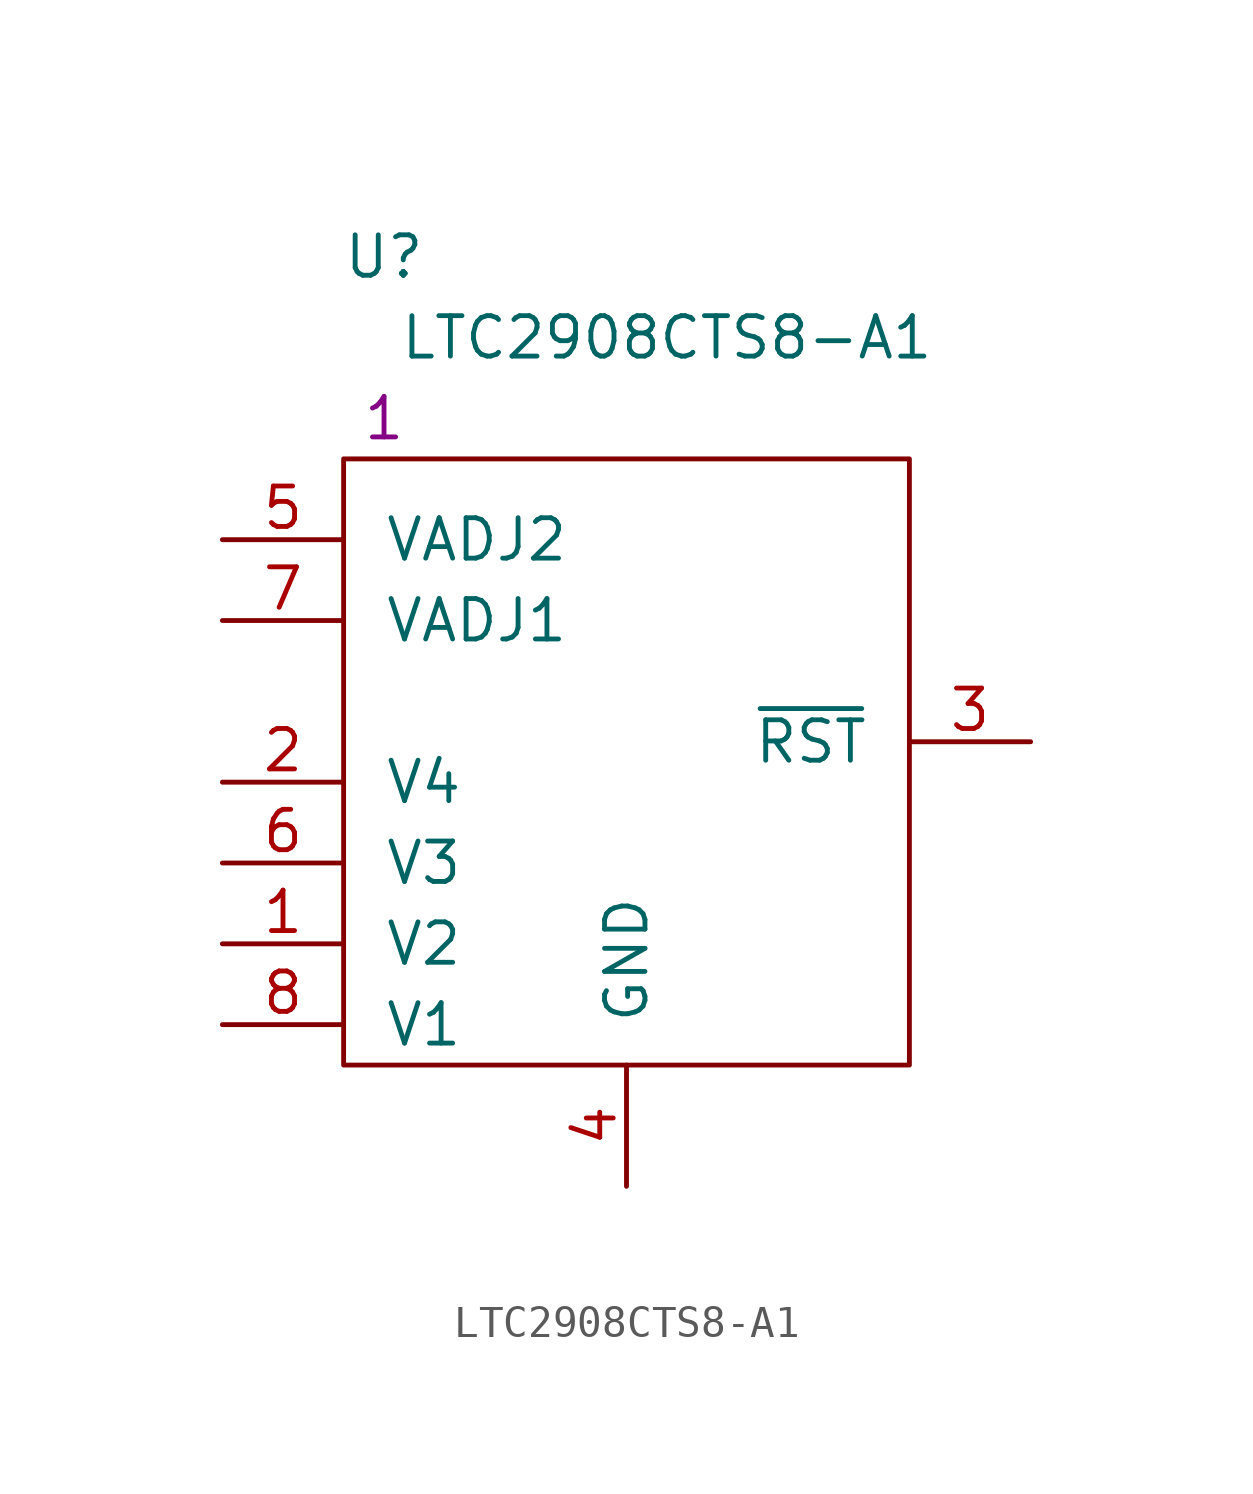
<source format=kicad_sym>
(kicad_symbol_lib
  (version 20201005)
  (generator kicad_symbol_editor)
  (symbol "S_Voltage_Monitor:LTC2908CTS8-A1"
    (pin_names
      (offset 1.27))
    (property "Reference" "U"
      (at 5.08 8.89 0)
      (effects (font (size 1.27 1.27))))
    (property "Value" "LTC2908CTS8-A1"
      (at 13.97 6.35 0)
      (effects (font (size 1.27 1.27))))
    (property "Qty" "1"
      (at 5.08 3.81 0)
      (effects (font (size 1.27 1.27))))
    (symbol "LTC2908CTS8-A1_0_1"
      (rectangle (start 3.81 2.54) (end 21.59 -16.51) (stroke (width 0)) (fill (type none))))
    (symbol "LTC2908CTS8-A1_1_1"
      (pin input line (at 0 -12.7 0) (length 3.81) (name "V2" (effects (font (size 1.27 1.27)))) (number "1" (effects (font (size 1.27 1.27)))))
      (pin input line (at 0 -7.62 0) (length 3.81) (name "V4" (effects (font (size 1.27 1.27)))) (number "2" (effects (font (size 1.27 1.27)))))
      (pin output line (at 25.4 -6.35 180) (length 3.81) (name "~RST" (effects (font (size 1.27 1.27)))) (number "3" (effects (font (size 1.27 1.27)))))
      (pin power_in line (at 12.7 -20.32 90) (length 3.81) (name "GND" (effects (font (size 1.27 1.27)))) (number "4" (effects (font (size 1.27 1.27)))))
      (pin input line (at 0 0 0) (length 3.81) (name "VADJ2" (effects (font (size 1.27 1.27)))) (number "5" (effects (font (size 1.27 1.27)))))
      (pin input line (at 0 -10.16 0) (length 3.81) (name "V3" (effects (font (size 1.27 1.27)))) (number "6" (effects (font (size 1.27 1.27)))))
      (pin input line (at 0 -2.54 0) (length 3.81) (name "VADJ1" (effects (font (size 1.27 1.27)))) (number "7" (effects (font (size 1.27 1.27)))))
      (pin input line (at 0 -15.24 0) (length 3.81) (name "V1" (effects (font (size 1.27 1.27)))) (number "8" (effects (font (size 1.27 1.27))))))))
</source>
